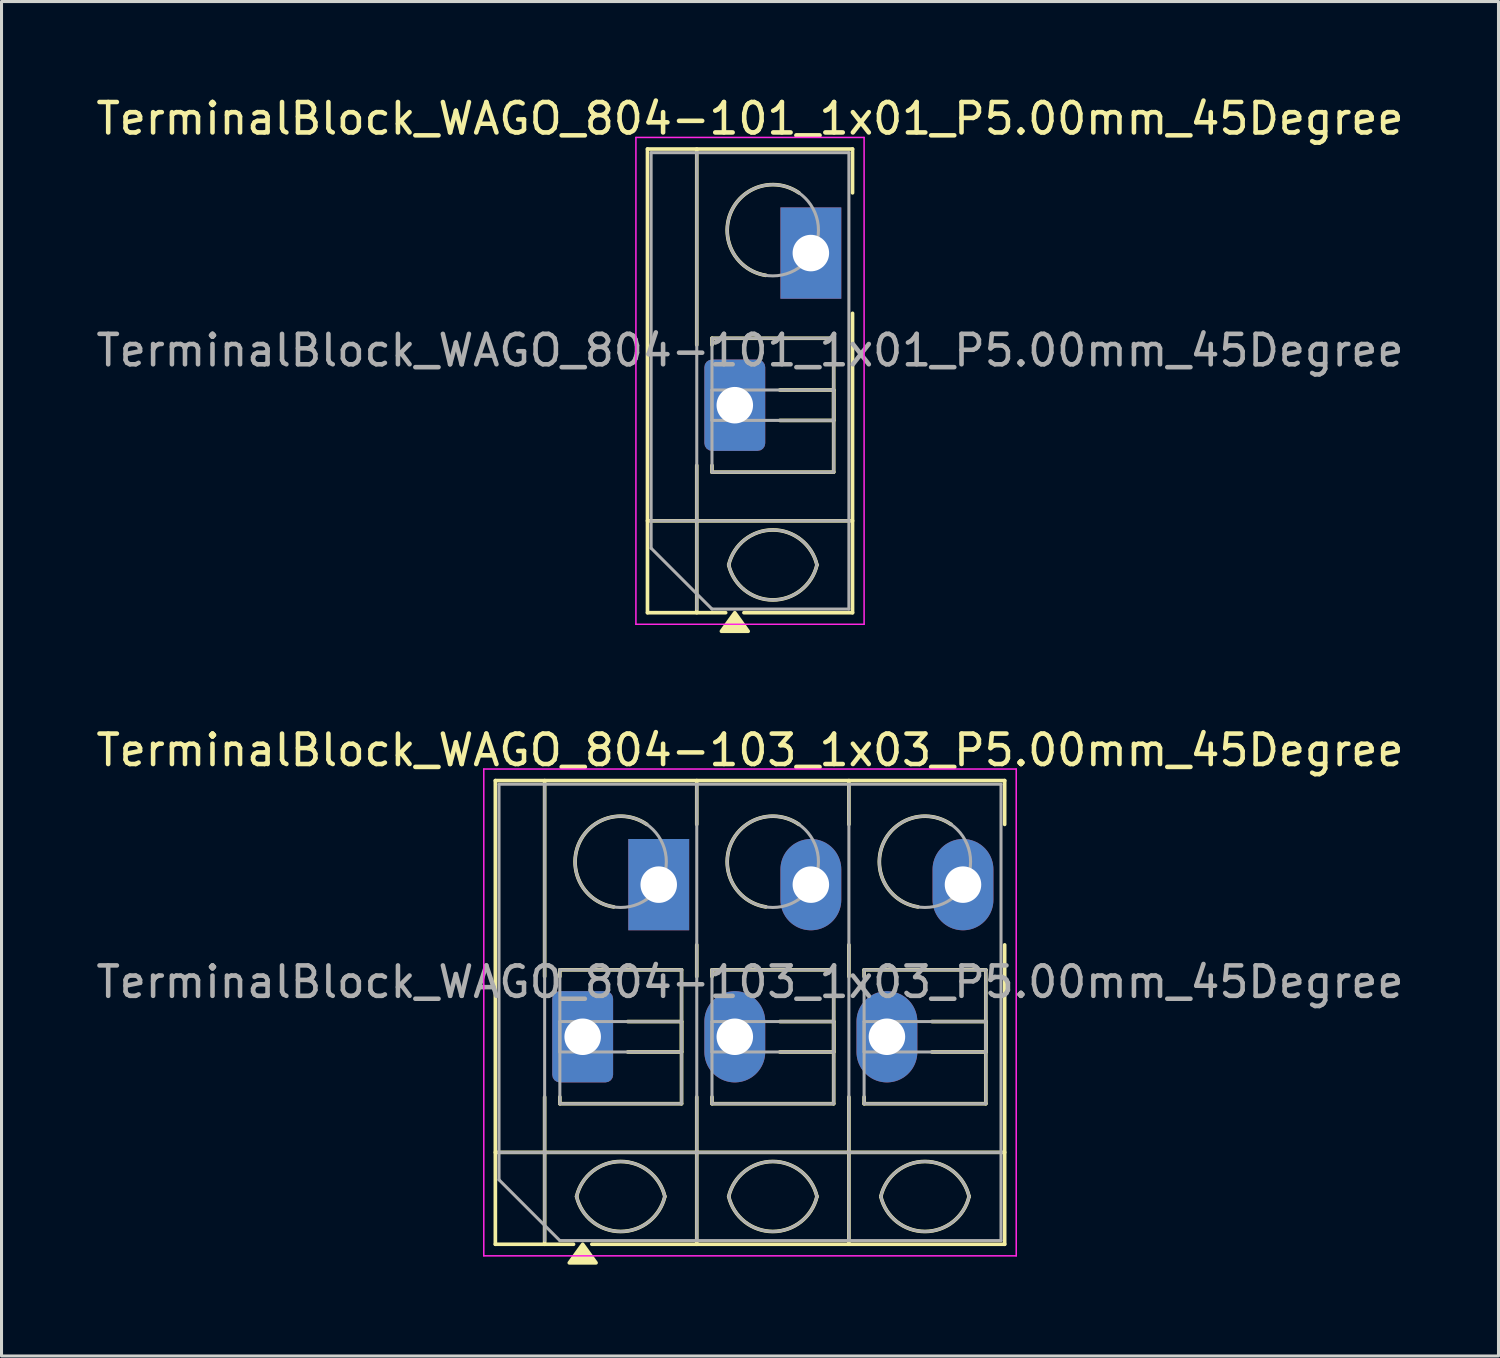
<source format=kicad_pcb>
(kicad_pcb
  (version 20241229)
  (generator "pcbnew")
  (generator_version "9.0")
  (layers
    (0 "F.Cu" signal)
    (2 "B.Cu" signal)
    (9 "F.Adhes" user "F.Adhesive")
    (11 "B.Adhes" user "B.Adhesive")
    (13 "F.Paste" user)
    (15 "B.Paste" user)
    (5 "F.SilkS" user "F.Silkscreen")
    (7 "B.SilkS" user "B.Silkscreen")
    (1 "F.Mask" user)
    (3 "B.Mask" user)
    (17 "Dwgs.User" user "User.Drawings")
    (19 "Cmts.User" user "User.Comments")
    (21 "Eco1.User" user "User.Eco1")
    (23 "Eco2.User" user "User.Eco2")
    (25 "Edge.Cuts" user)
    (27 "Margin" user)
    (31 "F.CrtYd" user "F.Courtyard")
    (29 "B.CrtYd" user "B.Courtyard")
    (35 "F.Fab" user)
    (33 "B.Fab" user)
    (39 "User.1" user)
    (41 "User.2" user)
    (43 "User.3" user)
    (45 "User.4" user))
  (footprint "TerminalBlock_WAGO_804-101_1x01_P5.00mm_45Degree"
    (layer "F.Cu")
    (at 21.101 10.268)
    (property "Reference" "TerminalBlock_WAGO_804-101_1x01_P5.00mm_45Degree" (at 0.5 -9.42 0) (layer "F.SilkS") (effects (font (size 1 1) (thickness 0.15))))
    (attr through_hole)
    (fp_line (start -2.87 -8.42) (end -2.87 6.82) (stroke (width 0.12) (type solid)) (layer "F.SilkS"))
    (fp_line (start -2.87 -8.42) (end 3.87 -8.42) (stroke (width 0.12) (type solid)) (layer "F.SilkS"))
    (fp_line (start -2.87 3.8) (end 3.87 3.8) (stroke (width 0.12) (type solid)) (layer "F.SilkS"))
    (fp_line (start -2.87 6.82) (end -0.3 6.82) (stroke (width 0.12) (type solid)) (layer "F.SilkS"))
    (fp_line (start -1.25 -8.42) (end -1.25 -1.98) (stroke (width 0.12) (type solid)) (layer "F.SilkS"))
    (fp_line (start -1.25 1.98) (end -1.25 6.82) (stroke (width 0.12) (type solid)) (layer "F.SilkS"))
    (fp_line (start -0.75 -2.2) (end -0.75 -1.98) (stroke (width 0.12) (type solid)) (layer "F.SilkS"))
    (fp_line (start -0.75 -2.2) (end 3.25 -2.2) (stroke (width 0.12) (type solid)) (layer "F.SilkS"))
    (fp_line (start -0.75 1.98) (end -0.75 2.2) (stroke (width 0.12) (type solid)) (layer "F.SilkS"))
    (fp_line (start -0.75 2.2) (end 3.25 2.2) (stroke (width 0.12) (type solid)) (layer "F.SilkS"))
    (fp_line (start 0.3 6.82) (end 3.87 6.82) (stroke (width 0.12) (type solid)) (layer "F.SilkS"))
    (fp_line (start 1.48 -0.5) (end 3.25 -0.5) (stroke (width 0.12) (type solid)) (layer "F.SilkS"))
    (fp_line (start 1.48 0.5) (end 3.25 0.5) (stroke (width 0.12) (type solid)) (layer "F.SilkS"))
    (fp_line (start 3.25 -2.2) (end 3.25 2.2) (stroke (width 0.12) (type solid)) (layer "F.SilkS"))
    (fp_line (start 3.25 -0.5) (end 3.25 0.5) (stroke (width 0.12) (type solid)) (layer "F.SilkS"))
    (fp_line (start 3.87 -8.42) (end 3.87 -6.98) (stroke (width 0.12) (type solid)) (layer "F.SilkS"))
    (fp_line (start 3.87 -3.02) (end 3.87 6.82) (stroke (width 0.12) (type solid)) (layer "F.SilkS"))
    (fp_arc (start -0.199969 5.249867) (mid 1.250068 4.099899) (end 2.7 5.25) (stroke (width 0.12) (type solid)) (layer "F.SilkS"))
    (fp_arc (start 1.02 -4.268) (mid -0.141815 -6.308637) (end 2.10843 -6.979765) (stroke (width 0.12) (type solid)) (layer "F.SilkS"))
    (fp_arc (start 2.7 5.25) (mid 1.250068 6.400101) (end -0.199969 5.250133) (stroke (width 0.12) (type solid)) (layer "F.SilkS"))
    (fp_poly (pts (xy 0 6.82) (xy 0.44 7.43) (xy -0.44 7.43)) (stroke (width 0.12) (type solid)) (fill yes) (layer "F.SilkS"))
    (fp_line (start -3.25 -8.8) (end -3.25 7.2) (stroke (width 0.05) (type solid)) (layer "F.CrtYd"))
    (fp_line (start -3.25 7.2) (end 4.25 7.2) (stroke (width 0.05) (type solid)) (layer "F.CrtYd"))
    (fp_line (start 4.25 -8.8) (end -3.25 -8.8) (stroke (width 0.05) (type solid)) (layer "F.CrtYd"))
    (fp_line (start 4.25 7.2) (end 4.25 -8.8) (stroke (width 0.05) (type solid)) (layer "F.CrtYd"))
    (fp_line (start -2.75 -8.3) (end 3.75 -8.3) (stroke (width 0.1) (type solid)) (layer "F.Fab"))
    (fp_line (start -2.75 3.8) (end 3.75 3.8) (stroke (width 0.1) (type solid)) (layer "F.Fab"))
    (fp_line (start -2.75 4.7) (end -2.75 -8.3) (stroke (width 0.1) (type solid)) (layer "F.Fab"))
    (fp_line (start -1.25 -8.3) (end -1.25 6.7) (stroke (width 0.1) (type solid)) (layer "F.Fab"))
    (fp_line (start -0.75 -2.2) (end -0.75 2.2) (stroke (width 0.1) (type solid)) (layer "F.Fab"))
    (fp_line (start -0.75 -0.5) (end -0.75 0.5) (stroke (width 0.1) (type solid)) (layer "F.Fab"))
    (fp_line (start -0.75 0.5) (end 3.25 0.5) (stroke (width 0.1) (type solid)) (layer "F.Fab"))
    (fp_line (start -0.75 2.2) (end 3.25 2.2) (stroke (width 0.1) (type solid)) (layer "F.Fab"))
    (fp_line (start -0.75 6.7) (end -2.75 4.7) (stroke (width 0.1) (type solid)) (layer "F.Fab"))
    (fp_line (start 3.25 -2.2) (end -0.75 -2.2) (stroke (width 0.1) (type solid)) (layer "F.Fab"))
    (fp_line (start 3.25 -0.5) (end -0.75 -0.5) (stroke (width 0.1) (type solid)) (layer "F.Fab"))
    (fp_line (start 3.25 0.5) (end 3.25 -0.5) (stroke (width 0.1) (type solid)) (layer "F.Fab"))
    (fp_line (start 3.25 2.2) (end 3.25 -2.2) (stroke (width 0.1) (type solid)) (layer "F.Fab"))
    (fp_line (start 3.75 -8.3) (end 3.75 6.7) (stroke (width 0.1) (type solid)) (layer "F.Fab"))
    (fp_line (start 3.75 6.7) (end -0.75 6.7) (stroke (width 0.1) (type solid)) (layer "F.Fab"))
    (fp_arc (start -0.200865 5.250424) (mid 1.250296 4.099926) (end 2.701 5.251) (stroke (width 0.1) (type solid)) (layer "F.Fab"))
    (fp_arc (start 2.7 5.25) (mid 1.250068 6.400101) (end -0.199969 5.250133) (stroke (width 0.1) (type solid)) (layer "F.Fab"))
    (fp_circle (center 1.25 -5.75) (end 2.75 -5.75) (stroke (width 0.1) (type solid)) (fill no) (layer "F.Fab"))
    (fp_text user "${REFERENCE}" (at 0.5 -1.8 0) (layer "F.Fab") (effects (font (size 1 1) (thickness 0.15))))
    (pad "1" thru_hole roundrect (at 0 0) (size 2 3) (drill 1.2) (layers "*.Cu" "*.Mask") (roundrect_rratio 0.125))
    (pad "1" thru_hole rect (at 2.5 -5) (size 2 3) (drill 1.2) (layers "*.Cu" "*.Mask")))
  (footprint "TerminalBlock_WAGO_804-103_1x03_P5.00mm_45Degree"
    (layer "F.Cu")
    (at 16.101 31.026)
    (property "Reference" "TerminalBlock_WAGO_804-103_1x03_P5.00mm_45Degree" (at 5.5 -9.42 0) (layer "F.SilkS") (effects (font (size 1 1) (thickness 0.15))))
    (attr through_hole)
    (fp_line (start -2.87 -8.42) (end -2.87 6.82) (stroke (width 0.12) (type solid)) (layer "F.SilkS"))
    (fp_line (start -2.87 -8.42) (end 13.87 -8.42) (stroke (width 0.12) (type solid)) (layer "F.SilkS"))
    (fp_line (start -2.87 3.8) (end 13.87 3.8) (stroke (width 0.12) (type solid)) (layer "F.SilkS"))
    (fp_line (start -2.87 6.82) (end -0.3 6.82) (stroke (width 0.12) (type solid)) (layer "F.SilkS"))
    (fp_line (start -1.25 -8.42) (end -1.25 -1.98) (stroke (width 0.12) (type solid)) (layer "F.SilkS"))
    (fp_line (start -1.25 1.98) (end -1.25 6.82) (stroke (width 0.12) (type solid)) (layer "F.SilkS"))
    (fp_line (start -0.75 -2.2) (end -0.75 -1.98) (stroke (width 0.12) (type solid)) (layer "F.SilkS"))
    (fp_line (start -0.75 -2.2) (end 3.25 -2.2) (stroke (width 0.12) (type solid)) (layer "F.SilkS"))
    (fp_line (start -0.75 1.98) (end -0.75 2.2) (stroke (width 0.12) (type solid)) (layer "F.SilkS"))
    (fp_line (start -0.75 2.2) (end 3.25 2.2) (stroke (width 0.12) (type solid)) (layer "F.SilkS"))
    (fp_line (start 0.3 6.82) (end 13.87 6.82) (stroke (width 0.12) (type solid)) (layer "F.SilkS"))
    (fp_line (start 1.48 -0.5) (end 3.25 -0.5) (stroke (width 0.12) (type solid)) (layer "F.SilkS"))
    (fp_line (start 1.48 0.5) (end 3.25 0.5) (stroke (width 0.12) (type solid)) (layer "F.SilkS"))
    (fp_line (start 3.25 -2.2) (end 3.25 2.2) (stroke (width 0.12) (type solid)) (layer "F.SilkS"))
    (fp_line (start 3.25 -0.5) (end 3.25 0.5) (stroke (width 0.12) (type solid)) (layer "F.SilkS"))
    (fp_line (start 3.75 -8.42) (end 3.75 -6.98) (stroke (width 0.12) (type solid)) (layer "F.SilkS"))
    (fp_line (start 3.75 -3.02) (end 3.75 -1.98) (stroke (width 0.12) (type solid)) (layer "F.SilkS"))
    (fp_line (start 3.75 1.98) (end 3.75 6.82) (stroke (width 0.12) (type solid)) (layer "F.SilkS"))
    (fp_line (start 4.25 -2.2) (end 4.25 -1.98) (stroke (width 0.12) (type solid)) (layer "F.SilkS"))
    (fp_line (start 4.25 -2.2) (end 8.25 -2.2) (stroke (width 0.12) (type solid)) (layer "F.SilkS"))
    (fp_line (start 4.25 1.98) (end 4.25 2.2) (stroke (width 0.12) (type solid)) (layer "F.SilkS"))
    (fp_line (start 4.25 2.2) (end 8.25 2.2) (stroke (width 0.12) (type solid)) (layer "F.SilkS"))
    (fp_line (start 6.48 -0.5) (end 8.25 -0.5) (stroke (width 0.12) (type solid)) (layer "F.SilkS"))
    (fp_line (start 6.48 0.5) (end 8.25 0.5) (stroke (width 0.12) (type solid)) (layer "F.SilkS"))
    (fp_line (start 8.25 -2.2) (end 8.25 2.2) (stroke (width 0.12) (type solid)) (layer "F.SilkS"))
    (fp_line (start 8.25 -0.5) (end 8.25 0.5) (stroke (width 0.12) (type solid)) (layer "F.SilkS"))
    (fp_line (start 8.75 -8.42) (end 8.75 -6.98) (stroke (width 0.12) (type solid)) (layer "F.SilkS"))
    (fp_line (start 8.75 -3.02) (end 8.75 -1.98) (stroke (width 0.12) (type solid)) (layer "F.SilkS"))
    (fp_line (start 8.75 1.98) (end 8.75 6.82) (stroke (width 0.12) (type solid)) (layer "F.SilkS"))
    (fp_line (start 9.25 -2.2) (end 9.25 -1.98) (stroke (width 0.12) (type solid)) (layer "F.SilkS"))
    (fp_line (start 9.25 -2.2) (end 13.25 -2.2) (stroke (width 0.12) (type solid)) (layer "F.SilkS"))
    (fp_line (start 9.25 1.98) (end 9.25 2.2) (stroke (width 0.12) (type solid)) (layer "F.SilkS"))
    (fp_line (start 9.25 2.2) (end 13.25 2.2) (stroke (width 0.12) (type solid)) (layer "F.SilkS"))
    (fp_line (start 11.48 -0.5) (end 13.25 -0.5) (stroke (width 0.12) (type solid)) (layer "F.SilkS"))
    (fp_line (start 11.48 0.5) (end 13.25 0.5) (stroke (width 0.12) (type solid)) (layer "F.SilkS"))
    (fp_line (start 13.25 -2.2) (end 13.25 2.2) (stroke (width 0.12) (type solid)) (layer "F.SilkS"))
    (fp_line (start 13.25 -0.5) (end 13.25 0.5) (stroke (width 0.12) (type solid)) (layer "F.SilkS"))
    (fp_line (start 13.87 -8.42) (end 13.87 -6.98) (stroke (width 0.12) (type solid)) (layer "F.SilkS"))
    (fp_line (start 13.87 -3.02) (end 13.87 6.82) (stroke (width 0.12) (type solid)) (layer "F.SilkS"))
    (fp_arc (start -0.199969 5.249867) (mid 1.250068 4.099899) (end 2.7 5.25) (stroke (width 0.12) (type solid)) (layer "F.SilkS"))
    (fp_arc (start 1.02 -4.268) (mid -0.141815 -6.308637) (end 2.10843 -6.979765) (stroke (width 0.12) (type solid)) (layer "F.SilkS"))
    (fp_arc (start 2.7 5.25) (mid 1.250068 6.400101) (end -0.199969 5.250133) (stroke (width 0.12) (type solid)) (layer "F.SilkS"))
    (fp_arc (start 4.800031 5.249867) (mid 6.250068 4.099899) (end 7.7 5.25) (stroke (width 0.12) (type solid)) (layer "F.SilkS"))
    (fp_arc (start 6.02 -4.268) (mid 4.858185 -6.308637) (end 7.10843 -6.979765) (stroke (width 0.12) (type solid)) (layer "F.SilkS"))
    (fp_arc (start 7.7 5.25) (mid 6.250068 6.400101) (end 4.800031 5.250133) (stroke (width 0.12) (type solid)) (layer "F.SilkS"))
    (fp_arc (start 9.800031 5.249867) (mid 11.250068 4.099899) (end 12.7 5.25) (stroke (width 0.12) (type solid)) (layer "F.SilkS"))
    (fp_arc (start 11.02 -4.268) (mid 9.858185 -6.308637) (end 12.10843 -6.979765) (stroke (width 0.12) (type solid)) (layer "F.SilkS"))
    (fp_arc (start 12.7 5.25) (mid 11.250068 6.400101) (end 9.800031 5.250133) (stroke (width 0.12) (type solid)) (layer "F.SilkS"))
    (fp_poly (pts (xy 0 6.82) (xy 0.44 7.43) (xy -0.44 7.43)) (stroke (width 0.12) (type solid)) (fill yes) (layer "F.SilkS"))
    (fp_line (start -3.25 -8.8) (end -3.25 7.2) (stroke (width 0.05) (type solid)) (layer "F.CrtYd"))
    (fp_line (start -3.25 7.2) (end 14.25 7.2) (stroke (width 0.05) (type solid)) (layer "F.CrtYd"))
    (fp_line (start 14.25 -8.8) (end -3.25 -8.8) (stroke (width 0.05) (type solid)) (layer "F.CrtYd"))
    (fp_line (start 14.25 7.2) (end 14.25 -8.8) (stroke (width 0.05) (type solid)) (layer "F.CrtYd"))
    (fp_line (start -2.75 -8.3) (end 13.75 -8.3) (stroke (width 0.1) (type solid)) (layer "F.Fab"))
    (fp_line (start -2.75 3.8) (end 13.75 3.8) (stroke (width 0.1) (type solid)) (layer "F.Fab"))
    (fp_line (start -2.75 4.7) (end -2.75 -8.3) (stroke (width 0.1) (type solid)) (layer "F.Fab"))
    (fp_line (start -1.25 -8.3) (end -1.25 6.7) (stroke (width 0.1) (type solid)) (layer "F.Fab"))
    (fp_line (start -0.75 -2.2) (end -0.75 2.2) (stroke (width 0.1) (type solid)) (layer "F.Fab"))
    (fp_line (start -0.75 -0.5) (end -0.75 0.5) (stroke (width 0.1) (type solid)) (layer "F.Fab"))
    (fp_line (start -0.75 0.5) (end 3.25 0.5) (stroke (width 0.1) (type solid)) (layer "F.Fab"))
    (fp_line (start -0.75 2.2) (end 3.25 2.2) (stroke (width 0.1) (type solid)) (layer "F.Fab"))
    (fp_line (start -0.75 6.7) (end -2.75 4.7) (stroke (width 0.1) (type solid)) (layer "F.Fab"))
    (fp_line (start 3.25 -2.2) (end -0.75 -2.2) (stroke (width 0.1) (type solid)) (layer "F.Fab"))
    (fp_line (start 3.25 -0.5) (end -0.75 -0.5) (stroke (width 0.1) (type solid)) (layer "F.Fab"))
    (fp_line (start 3.25 0.5) (end 3.25 -0.5) (stroke (width 0.1) (type solid)) (layer "F.Fab"))
    (fp_line (start 3.25 2.2) (end 3.25 -2.2) (stroke (width 0.1) (type solid)) (layer "F.Fab"))
    (fp_line (start 3.75 -8.3) (end 3.75 6.7) (stroke (width 0.1) (type solid)) (layer "F.Fab"))
    (fp_line (start 4.25 -2.2) (end 4.25 2.2) (stroke (width 0.1) (type solid)) (layer "F.Fab"))
    (fp_line (start 4.25 -0.5) (end 4.25 0.5) (stroke (width 0.1) (type solid)) (layer "F.Fab"))
    (fp_line (start 4.25 0.5) (end 8.25 0.5) (stroke (width 0.1) (type solid)) (layer "F.Fab"))
    (fp_line (start 4.25 2.2) (end 8.25 2.2) (stroke (width 0.1) (type solid)) (layer "F.Fab"))
    (fp_line (start 8.25 -2.2) (end 4.25 -2.2) (stroke (width 0.1) (type solid)) (layer "F.Fab"))
    (fp_line (start 8.25 -0.5) (end 4.25 -0.5) (stroke (width 0.1) (type solid)) (layer "F.Fab"))
    (fp_line (start 8.25 0.5) (end 8.25 -0.5) (stroke (width 0.1) (type solid)) (layer "F.Fab"))
    (fp_line (start 8.25 2.2) (end 8.25 -2.2) (stroke (width 0.1) (type solid)) (layer "F.Fab"))
    (fp_line (start 8.75 -8.3) (end 8.75 6.7) (stroke (width 0.1) (type solid)) (layer "F.Fab"))
    (fp_line (start 9.25 -2.2) (end 9.25 2.2) (stroke (width 0.1) (type solid)) (layer "F.Fab"))
    (fp_line (start 9.25 -0.5) (end 9.25 0.5) (stroke (width 0.1) (type solid)) (layer "F.Fab"))
    (fp_line (start 9.25 0.5) (end 13.25 0.5) (stroke (width 0.1) (type solid)) (layer "F.Fab"))
    (fp_line (start 9.25 2.2) (end 13.25 2.2) (stroke (width 0.1) (type solid)) (layer "F.Fab"))
    (fp_line (start 13.25 -2.2) (end 9.25 -2.2) (stroke (width 0.1) (type solid)) (layer "F.Fab"))
    (fp_line (start 13.25 -0.5) (end 9.25 -0.5) (stroke (width 0.1) (type solid)) (layer "F.Fab"))
    (fp_line (start 13.25 0.5) (end 13.25 -0.5) (stroke (width 0.1) (type solid)) (layer "F.Fab"))
    (fp_line (start 13.25 2.2) (end 13.25 -2.2) (stroke (width 0.1) (type solid)) (layer "F.Fab"))
    (fp_line (start 13.75 -8.3) (end 13.75 6.7) (stroke (width 0.1) (type solid)) (layer "F.Fab"))
    (fp_line (start 13.75 6.7) (end -0.75 6.7) (stroke (width 0.1) (type solid)) (layer "F.Fab"))
    (fp_arc (start -0.200865 5.250424) (mid 1.250296 4.099926) (end 2.701 5.251) (stroke (width 0.1) (type solid)) (layer "F.Fab"))
    (fp_arc (start 2.7 5.25) (mid 1.250068 6.400101) (end -0.199969 5.250133) (stroke (width 0.1) (type solid)) (layer "F.Fab"))
    (fp_arc (start 4.799135 5.250424) (mid 6.250296 4.099926) (end 7.701 5.251) (stroke (width 0.1) (type solid)) (layer "F.Fab"))
    (fp_arc (start 7.7 5.25) (mid 6.250068 6.400101) (end 4.800031 5.250133) (stroke (width 0.1) (type solid)) (layer "F.Fab"))
    (fp_arc (start 9.799135 5.250424) (mid 11.250296 4.099926) (end 12.701 5.251) (stroke (width 0.1) (type solid)) (layer "F.Fab"))
    (fp_arc (start 12.7 5.25) (mid 11.250068 6.400101) (end 9.800031 5.250133) (stroke (width 0.1) (type solid)) (layer "F.Fab"))
    (fp_circle (center 1.25 -5.75) (end 2.75 -5.75) (stroke (width 0.1) (type solid)) (fill no) (layer "F.Fab"))
    (fp_circle (center 6.25 -5.75) (end 7.75 -5.75) (stroke (width 0.1) (type solid)) (fill no) (layer "F.Fab"))
    (fp_circle (center 11.25 -5.75) (end 12.75 -5.75) (stroke (width 0.1) (type solid)) (fill no) (layer "F.Fab"))
    (fp_text user "${REFERENCE}" (at 5.5 -1.8 0) (layer "F.Fab") (effects (font (size 1 1) (thickness 0.15))))
    (pad "1" thru_hole roundrect (at 0 0) (size 2 3) (drill 1.2) (layers "*.Cu" "*.Mask") (roundrect_rratio 0.125))
    (pad "1" thru_hole rect (at 2.5 -5) (size 2 3) (drill 1.2) (layers "*.Cu" "*.Mask"))
    (pad "2" thru_hole oval (at 5 0) (size 2 3) (drill 1.2) (layers "*.Cu" "*.Mask"))
    (pad "2" thru_hole oval (at 7.5 -5) (size 2 3) (drill 1.2) (layers "*.Cu" "*.Mask"))
    (pad "3" thru_hole oval (at 10 0) (size 2 3) (drill 1.2) (layers "*.Cu" "*.Mask"))
    (pad "3" thru_hole oval (at 12.5 -5) (size 2 3) (drill 1.2) (layers "*.Cu" "*.Mask")))
  (gr_rect
    (start -3 -3)
    (end 46.202 41.517)
    (stroke (width 0.1) (type default))
    (fill no)
    (layer "Edge.Cuts")))
</source>
